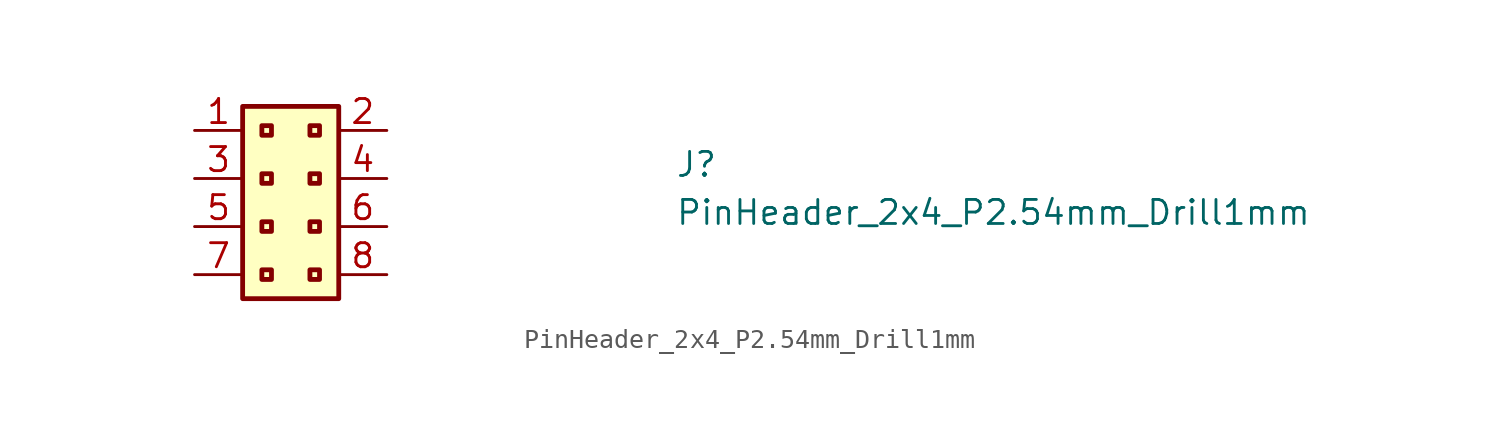
<source format=kicad_sym>
(kicad_symbol_lib
  (version 20211014)
  (generator kicad_symbol_editor)
  (symbol "PinHeader_2x4_P2.54mm_Drill1mm"
    (property "Reference" "J"
      (at 25.4 -2.54 0)
      (effects (font (size 1.27 1.27) (thickness 0.15)) (justify left bottom)))
    (property "Value" "PinHeader_2x4_P2.54mm_Drill1mm"
      (at 25.4 -5.08 0)
      (effects (font (size 1.27 1.27) (thickness 0.15)) (justify left bottom)))
    (symbol "PinHeader_2x4_P2.54mm_Drill1mm_1_1"
      (rectangle (start 2.54 1.27) (end 7.62 -8.89) (stroke (width 0.254) (type default) (color 0 0 0 0)) (fill (type background)))
      (rectangle (start 3.556 -7.366) (end 4.064 -7.874) (stroke (width 0.254) (type default) (color 0 0 0 0)) (fill (type background)))
      (rectangle (start 3.556 -4.826) (end 4.064 -5.334) (stroke (width 0.254) (type default) (color 0 0 0 0)) (fill (type background)))
      (rectangle (start 3.556 -2.286) (end 4.064 -2.794) (stroke (width 0.254) (type default) (color 0 0 0 0)) (fill (type background)))
      (rectangle (start 3.556 0.254) (end 4.064 -0.254) (stroke (width 0.254) (type default) (color 0 0 0 0)) (fill (type background)))
      (rectangle (start 6.096 -7.366) (end 6.604 -7.874) (stroke (width 0.254) (type default) (color 0 0 0 0)) (fill (type background)))
      (rectangle (start 6.096 -4.826) (end 6.604 -5.334) (stroke (width 0.254) (type default) (color 0 0 0 0)) (fill (type background)))
      (rectangle (start 6.096 -2.286) (end 6.604 -2.794) (stroke (width 0.254) (type default) (color 0 0 0 0)) (fill (type background)))
      (rectangle (start 6.096 0.254) (end 6.604 -0.254) (stroke (width 0.254) (type default) (color 0 0 0 0)) (fill (type background)))
      (pin passive line (at 0 0 0) (length 2.54) (name "~" (effects (font (size 1.27 1.27)))) (number "1" (effects (font (size 1.27 1.27)))))
      (pin passive line (at 10.16 0 180) (length 2.54) (name "~" (effects (font (size 1.27 1.27)))) (number "2" (effects (font (size 1.27 1.27)))))
      (pin passive line (at 0 -2.54 0) (length 2.54) (name "~" (effects (font (size 1.27 1.27)))) (number "3" (effects (font (size 1.27 1.27)))))
      (pin passive line (at 10.16 -2.54 180) (length 2.54) (name "~" (effects (font (size 1.27 1.27)))) (number "4" (effects (font (size 1.27 1.27)))))
      (pin passive line (at 0 -5.08 0) (length 2.54) (name "~" (effects (font (size 1.27 1.27)))) (number "5" (effects (font (size 1.27 1.27)))))
      (pin passive line (at 10.16 -5.08 180) (length 2.54) (name "~" (effects (font (size 1.27 1.27)))) (number "6" (effects (font (size 1.27 1.27)))))
      (pin passive line (at 0 -7.62 0) (length 2.54) (name "~" (effects (font (size 1.27 1.27)))) (number "7" (effects (font (size 1.27 1.27)))))
      (pin passive line (at 10.16 -7.62 180) (length 2.54) (name "~" (effects (font (size 1.27 1.27)))) (number "8" (effects (font (size 1.27 1.27))))))))
</source>
